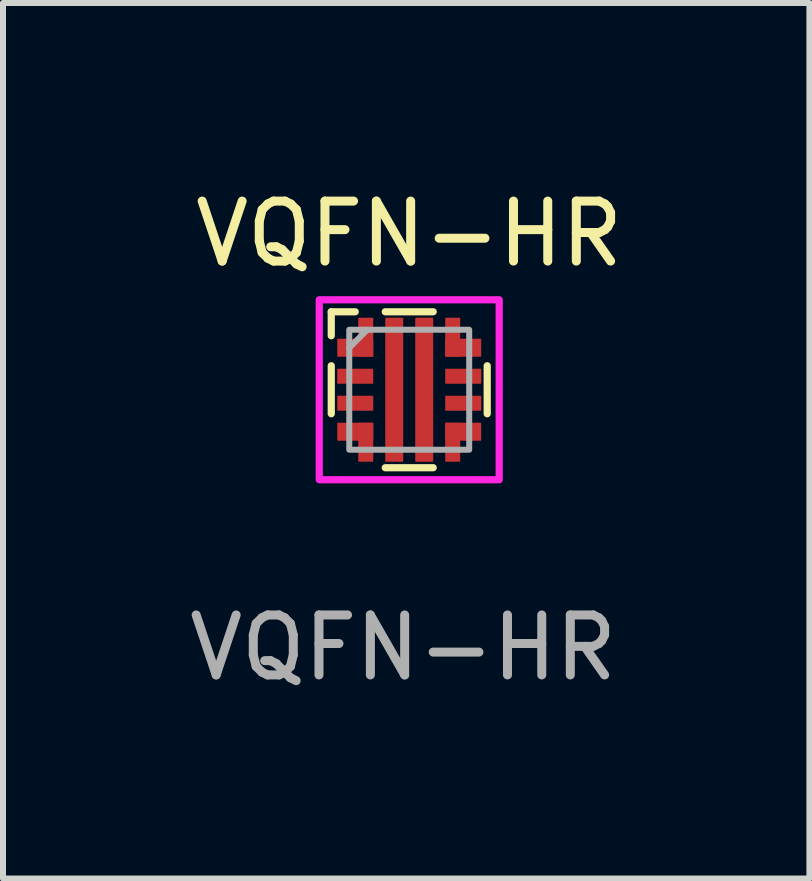
<source format=kicad_pcb>
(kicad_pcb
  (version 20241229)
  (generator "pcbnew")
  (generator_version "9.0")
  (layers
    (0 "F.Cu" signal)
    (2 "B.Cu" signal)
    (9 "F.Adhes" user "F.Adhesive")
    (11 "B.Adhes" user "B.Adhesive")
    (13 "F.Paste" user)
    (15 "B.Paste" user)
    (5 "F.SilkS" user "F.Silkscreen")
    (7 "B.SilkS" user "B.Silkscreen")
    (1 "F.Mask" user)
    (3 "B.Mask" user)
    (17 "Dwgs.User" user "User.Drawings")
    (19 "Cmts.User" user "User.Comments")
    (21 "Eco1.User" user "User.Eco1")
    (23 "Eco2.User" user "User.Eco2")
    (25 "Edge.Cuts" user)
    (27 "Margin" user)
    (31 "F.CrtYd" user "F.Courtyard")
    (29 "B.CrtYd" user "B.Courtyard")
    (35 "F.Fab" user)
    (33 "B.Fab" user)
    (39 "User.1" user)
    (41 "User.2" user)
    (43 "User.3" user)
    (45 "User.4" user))
  (footprint "VQFN-HR"
    (layer "F.Cu")
    (at 3.773 3.448)
    (property "Reference" "VQFN-HR" (at 0 -2.6 0) (unlocked yes) (layer "F.SilkS") (effects (font (size 1 1) (thickness 0.15))))
    (attr smd)
    (fp_line (start -1.3 -1.3) (end -1.3 -0.9) (stroke (width 0.12) (type default)) (layer "F.SilkS"))
    (fp_line (start -1.3 -0.4) (end -1.3 0.4) (stroke (width 0.12) (type default)) (layer "F.SilkS"))
    (fp_line (start -0.9 -1.3) (end -1.3 -1.3) (stroke (width 0.12) (type default)) (layer "F.SilkS"))
    (fp_line (start -0.4 -1.3) (end 0.4 -1.3) (stroke (width 0.12) (type default)) (layer "F.SilkS"))
    (fp_line (start -0.4 1.3) (end 0.4 1.3) (stroke (width 0.12) (type default)) (layer "F.SilkS"))
    (fp_line (start 1.3 -0.4) (end 1.3 0.4) (stroke (width 0.12) (type default)) (layer "F.SilkS"))
    (fp_rect (start -1.5 -1.5) (end 1.5 1.5) (stroke (width 0.12) (type default)) (fill no) (layer "F.CrtYd"))
    (fp_line (start -0.7 -1) (end -1 -0.7) (stroke (width 0.1) (type default)) (layer "F.Fab"))
    (fp_rect (start -1 -1) (end 1 1) (stroke (width 0.1) (type default)) (fill no) (layer "F.Fab"))
    (fp_text user "${REFERENCE}" (at -0.1 4.3 0) (unlocked yes) (layer "F.Fab") (effects (font (size 1 1) (thickness 0.15))))
    (pad "1" smd roundrect (at -0.9 -0.7) (size 0.6 0.3) (layers "F.Cu" "F.Mask" "F.Paste") (roundrect_rratio 0.033))
    (pad "1" smd roundrect (at -0.725 -0.875) (size 0.25 0.65) (layers "F.Cu" "F.Mask" "F.Paste") (roundrect_rratio 0.033))
    (pad "2" smd roundrect (at -0.9 -0.225) (size 0.6 0.25) (layers "F.Cu" "F.Mask" "F.Paste") (roundrect_rratio 0.033))
    (pad "3" smd roundrect (at -0.9 0.225) (size 0.6 0.25) (layers "F.Cu" "F.Mask" "F.Paste") (roundrect_rratio 0.033))
    (pad "4" smd roundrect (at -0.9 0.7) (size 0.6 0.3) (layers "F.Cu" "F.Mask" "F.Paste") (roundrect_rratio 0.033))
    (pad "4" smd roundrect (at -0.725 0.875) (size 0.25 0.65) (layers "F.Cu" "F.Mask" "F.Paste") (roundrect_rratio 0.033))
    (pad "5" smd roundrect (at -0.25 0) (size 0.3 2.4) (layers "F.Cu" "F.Mask" "F.Paste") (roundrect_rratio 0.033))
    (pad "6" smd roundrect (at 0.25 0) (size 0.3 2.4) (layers "F.Cu" "F.Mask" "F.Paste") (roundrect_rratio 0.033))
    (pad "7" smd roundrect (at 0.725 0.875) (size 0.25 0.65) (layers "F.Cu" "F.Mask" "F.Paste") (roundrect_rratio 0.033))
    (pad "7" smd roundrect (at 0.9 0.7) (size 0.6 0.3) (layers "F.Cu" "F.Mask" "F.Paste") (roundrect_rratio 0.033))
    (pad "8" smd roundrect (at 0.9 0.225) (size 0.6 0.25) (layers "F.Cu" "F.Mask" "F.Paste") (roundrect_rratio 0.033))
    (pad "9" smd roundrect (at 0.9 -0.225) (size 0.6 0.25) (layers "F.Cu" "F.Mask" "F.Paste") (roundrect_rratio 0.033))
    (pad "10" smd roundrect (at 0.725 -0.875) (size 0.25 0.65) (layers "F.Cu" "F.Mask" "F.Paste") (roundrect_rratio 0.033))
    (pad "10" smd roundrect (at 0.9 -0.7) (size 0.6 0.3) (layers "F.Cu" "F.Mask" "F.Paste") (roundrect_rratio 0.033)))
  (gr_rect
    (start -3 -3)
    (end 10.445 11.597)
    (stroke (width 0.1) (type default))
    (fill no)
    (layer "Edge.Cuts")))
</source>
